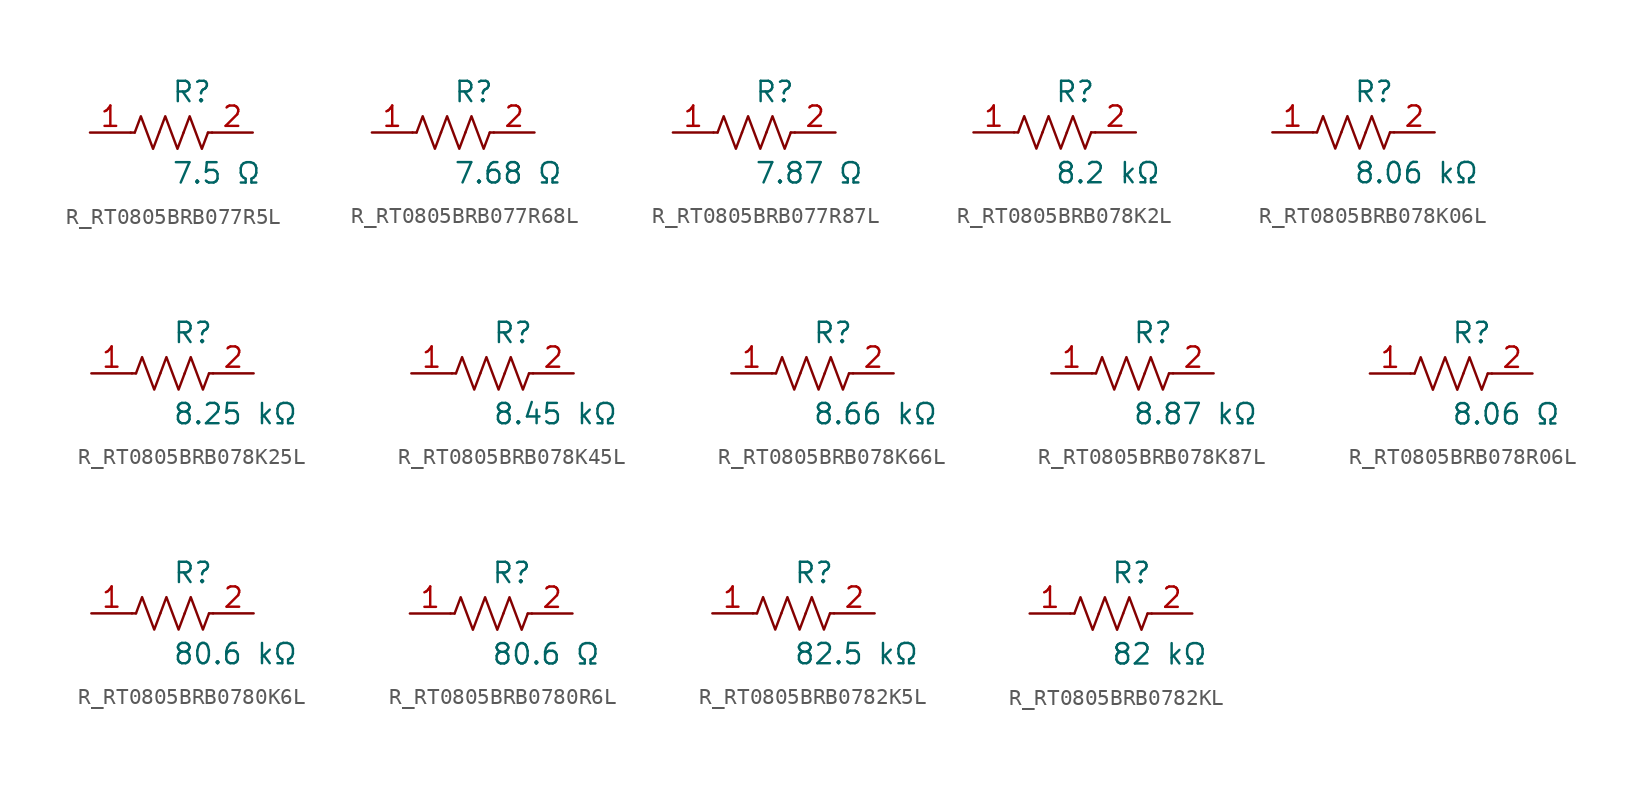
<source format=kicad_sym>
(kicad_symbol_lib
  (version 20231120)
  (generator kicad_symbol_editor)
  (generator_version 8.0)
  (symbol "R_RT0805BRB077R5L"
    (pin_names
      (offset 0.254))
    (property "Reference" "R"
      (at 0 2.54 0)
      (effects (font (size 1.27 1.27)) (justify left)))
    (property "Value" "7.5 Ω"
      (at 0 -2.54 0)
      (effects (font (size 1.27 1.27)) (justify left)))
    (symbol "R_RT0805BRB077R5L_0_1"
      (polyline (pts (xy 2.286 0) (xy 2.54 0)) (stroke (width 0) (type default)) (fill (type none)))
      (polyline (pts (xy -2.286 0) (xy -2.54 0)) (stroke (width 0) (type default)) (fill (type none)))
      (polyline (pts (xy 0.762 0) (xy 1.143 1.016) (xy 1.524 0) (xy 1.905 -1.016) (xy 2.286 0)) (stroke (width 0) (type default)) (fill (type none)))
      (polyline (pts (xy -0.762 0) (xy -0.381 1.016) (xy 0 0) (xy 0.381 -1.016) (xy 0.762 0)) (stroke (width 0) (type default)) (fill (type none)))
      (polyline (pts (xy -2.286 0) (xy -1.905 1.016) (xy -1.524 0) (xy -1.143 -1.016) (xy -0.762 0)) (stroke (width 0) (type default)) (fill (type none))))
    (pin unspecified line
      (at -5.08 0 0)
      (length 2.54)
      (name "" (effects (font (size 1.27 1.27))))
      (number "1" (effects (font (size 1.27 1.27)))))
    (pin unspecified line
      (at 5.08 0 180)
      (length 2.54)
      (name "" (effects (font (size 1.27 1.27))))
      (number "2" (effects (font (size 1.27 1.27))))))
  (symbol "R_RT0805BRB077R68L"
    (pin_names
      (offset 0.254))
    (property "Reference" "R"
      (at 0 2.54 0)
      (effects (font (size 1.27 1.27)) (justify left)))
    (property "Value" "7.68 Ω"
      (at 0 -2.54 0)
      (effects (font (size 1.27 1.27)) (justify left)))
    (symbol "R_RT0805BRB077R68L_0_1"
      (polyline (pts (xy 2.286 0) (xy 2.54 0)) (stroke (width 0) (type default)) (fill (type none)))
      (polyline (pts (xy -2.286 0) (xy -2.54 0)) (stroke (width 0) (type default)) (fill (type none)))
      (polyline (pts (xy 0.762 0) (xy 1.143 1.016) (xy 1.524 0) (xy 1.905 -1.016) (xy 2.286 0)) (stroke (width 0) (type default)) (fill (type none)))
      (polyline (pts (xy -0.762 0) (xy -0.381 1.016) (xy 0 0) (xy 0.381 -1.016) (xy 0.762 0)) (stroke (width 0) (type default)) (fill (type none)))
      (polyline (pts (xy -2.286 0) (xy -1.905 1.016) (xy -1.524 0) (xy -1.143 -1.016) (xy -0.762 0)) (stroke (width 0) (type default)) (fill (type none))))
    (pin unspecified line
      (at -5.08 0 0)
      (length 2.54)
      (name "" (effects (font (size 1.27 1.27))))
      (number "1" (effects (font (size 1.27 1.27)))))
    (pin unspecified line
      (at 5.08 0 180)
      (length 2.54)
      (name "" (effects (font (size 1.27 1.27))))
      (number "2" (effects (font (size 1.27 1.27))))))
  (symbol "R_RT0805BRB077R87L"
    (pin_names
      (offset 0.254))
    (property "Reference" "R"
      (at 0 2.54 0)
      (effects (font (size 1.27 1.27)) (justify left)))
    (property "Value" "7.87 Ω"
      (at 0 -2.54 0)
      (effects (font (size 1.27 1.27)) (justify left)))
    (symbol "R_RT0805BRB077R87L_0_1"
      (polyline (pts (xy 2.286 0) (xy 2.54 0)) (stroke (width 0) (type default)) (fill (type none)))
      (polyline (pts (xy -2.286 0) (xy -2.54 0)) (stroke (width 0) (type default)) (fill (type none)))
      (polyline (pts (xy 0.762 0) (xy 1.143 1.016) (xy 1.524 0) (xy 1.905 -1.016) (xy 2.286 0)) (stroke (width 0) (type default)) (fill (type none)))
      (polyline (pts (xy -0.762 0) (xy -0.381 1.016) (xy 0 0) (xy 0.381 -1.016) (xy 0.762 0)) (stroke (width 0) (type default)) (fill (type none)))
      (polyline (pts (xy -2.286 0) (xy -1.905 1.016) (xy -1.524 0) (xy -1.143 -1.016) (xy -0.762 0)) (stroke (width 0) (type default)) (fill (type none))))
    (pin unspecified line
      (at -5.08 0 0)
      (length 2.54)
      (name "" (effects (font (size 1.27 1.27))))
      (number "1" (effects (font (size 1.27 1.27)))))
    (pin unspecified line
      (at 5.08 0 180)
      (length 2.54)
      (name "" (effects (font (size 1.27 1.27))))
      (number "2" (effects (font (size 1.27 1.27))))))
  (symbol "R_RT0805BRB078K2L"
    (pin_names
      (offset 0.254))
    (property "Reference" "R"
      (at 0 2.54 0)
      (effects (font (size 1.27 1.27)) (justify left)))
    (property "Value" "8.2 kΩ"
      (at 0 -2.54 0)
      (effects (font (size 1.27 1.27)) (justify left)))
    (symbol "R_RT0805BRB078K2L_0_1"
      (polyline (pts (xy 2.286 0) (xy 2.54 0)) (stroke (width 0) (type default)) (fill (type none)))
      (polyline (pts (xy -2.286 0) (xy -2.54 0)) (stroke (width 0) (type default)) (fill (type none)))
      (polyline (pts (xy 0.762 0) (xy 1.143 1.016) (xy 1.524 0) (xy 1.905 -1.016) (xy 2.286 0)) (stroke (width 0) (type default)) (fill (type none)))
      (polyline (pts (xy -0.762 0) (xy -0.381 1.016) (xy 0 0) (xy 0.381 -1.016) (xy 0.762 0)) (stroke (width 0) (type default)) (fill (type none)))
      (polyline (pts (xy -2.286 0) (xy -1.905 1.016) (xy -1.524 0) (xy -1.143 -1.016) (xy -0.762 0)) (stroke (width 0) (type default)) (fill (type none))))
    (pin unspecified line
      (at -5.08 0 0)
      (length 2.54)
      (name "" (effects (font (size 1.27 1.27))))
      (number "1" (effects (font (size 1.27 1.27)))))
    (pin unspecified line
      (at 5.08 0 180)
      (length 2.54)
      (name "" (effects (font (size 1.27 1.27))))
      (number "2" (effects (font (size 1.27 1.27))))))
  (symbol "R_RT0805BRB078K06L"
    (pin_names
      (offset 0.254))
    (property "Reference" "R"
      (at 0 2.54 0)
      (effects (font (size 1.27 1.27)) (justify left)))
    (property "Value" "8.06 kΩ"
      (at 0 -2.54 0)
      (effects (font (size 1.27 1.27)) (justify left)))
    (symbol "R_RT0805BRB078K06L_0_1"
      (polyline (pts (xy 2.286 0) (xy 2.54 0)) (stroke (width 0) (type default)) (fill (type none)))
      (polyline (pts (xy -2.286 0) (xy -2.54 0)) (stroke (width 0) (type default)) (fill (type none)))
      (polyline (pts (xy 0.762 0) (xy 1.143 1.016) (xy 1.524 0) (xy 1.905 -1.016) (xy 2.286 0)) (stroke (width 0) (type default)) (fill (type none)))
      (polyline (pts (xy -0.762 0) (xy -0.381 1.016) (xy 0 0) (xy 0.381 -1.016) (xy 0.762 0)) (stroke (width 0) (type default)) (fill (type none)))
      (polyline (pts (xy -2.286 0) (xy -1.905 1.016) (xy -1.524 0) (xy -1.143 -1.016) (xy -0.762 0)) (stroke (width 0) (type default)) (fill (type none))))
    (pin unspecified line
      (at -5.08 0 0)
      (length 2.54)
      (name "" (effects (font (size 1.27 1.27))))
      (number "1" (effects (font (size 1.27 1.27)))))
    (pin unspecified line
      (at 5.08 0 180)
      (length 2.54)
      (name "" (effects (font (size 1.27 1.27))))
      (number "2" (effects (font (size 1.27 1.27))))))
  (symbol "R_RT0805BRB078K25L"
    (pin_names
      (offset 0.254))
    (property "Reference" "R"
      (at 0 2.54 0)
      (effects (font (size 1.27 1.27)) (justify left)))
    (property "Value" "8.25 kΩ"
      (at 0 -2.54 0)
      (effects (font (size 1.27 1.27)) (justify left)))
    (symbol "R_RT0805BRB078K25L_0_1"
      (polyline (pts (xy 2.286 0) (xy 2.54 0)) (stroke (width 0) (type default)) (fill (type none)))
      (polyline (pts (xy -2.286 0) (xy -2.54 0)) (stroke (width 0) (type default)) (fill (type none)))
      (polyline (pts (xy 0.762 0) (xy 1.143 1.016) (xy 1.524 0) (xy 1.905 -1.016) (xy 2.286 0)) (stroke (width 0) (type default)) (fill (type none)))
      (polyline (pts (xy -0.762 0) (xy -0.381 1.016) (xy 0 0) (xy 0.381 -1.016) (xy 0.762 0)) (stroke (width 0) (type default)) (fill (type none)))
      (polyline (pts (xy -2.286 0) (xy -1.905 1.016) (xy -1.524 0) (xy -1.143 -1.016) (xy -0.762 0)) (stroke (width 0) (type default)) (fill (type none))))
    (pin unspecified line
      (at -5.08 0 0)
      (length 2.54)
      (name "" (effects (font (size 1.27 1.27))))
      (number "1" (effects (font (size 1.27 1.27)))))
    (pin unspecified line
      (at 5.08 0 180)
      (length 2.54)
      (name "" (effects (font (size 1.27 1.27))))
      (number "2" (effects (font (size 1.27 1.27))))))
  (symbol "R_RT0805BRB078K45L"
    (pin_names
      (offset 0.254))
    (property "Reference" "R"
      (at 0 2.54 0)
      (effects (font (size 1.27 1.27)) (justify left)))
    (property "Value" "8.45 kΩ"
      (at 0 -2.54 0)
      (effects (font (size 1.27 1.27)) (justify left)))
    (symbol "R_RT0805BRB078K45L_0_1"
      (polyline (pts (xy 2.286 0) (xy 2.54 0)) (stroke (width 0) (type default)) (fill (type none)))
      (polyline (pts (xy -2.286 0) (xy -2.54 0)) (stroke (width 0) (type default)) (fill (type none)))
      (polyline (pts (xy 0.762 0) (xy 1.143 1.016) (xy 1.524 0) (xy 1.905 -1.016) (xy 2.286 0)) (stroke (width 0) (type default)) (fill (type none)))
      (polyline (pts (xy -0.762 0) (xy -0.381 1.016) (xy 0 0) (xy 0.381 -1.016) (xy 0.762 0)) (stroke (width 0) (type default)) (fill (type none)))
      (polyline (pts (xy -2.286 0) (xy -1.905 1.016) (xy -1.524 0) (xy -1.143 -1.016) (xy -0.762 0)) (stroke (width 0) (type default)) (fill (type none))))
    (pin unspecified line
      (at -5.08 0 0)
      (length 2.54)
      (name "" (effects (font (size 1.27 1.27))))
      (number "1" (effects (font (size 1.27 1.27)))))
    (pin unspecified line
      (at 5.08 0 180)
      (length 2.54)
      (name "" (effects (font (size 1.27 1.27))))
      (number "2" (effects (font (size 1.27 1.27))))))
  (symbol "R_RT0805BRB078K66L"
    (pin_names
      (offset 0.254))
    (property "Reference" "R"
      (at 0 2.54 0)
      (effects (font (size 1.27 1.27)) (justify left)))
    (property "Value" "8.66 kΩ"
      (at 0 -2.54 0)
      (effects (font (size 1.27 1.27)) (justify left)))
    (symbol "R_RT0805BRB078K66L_0_1"
      (polyline (pts (xy 2.286 0) (xy 2.54 0)) (stroke (width 0) (type default)) (fill (type none)))
      (polyline (pts (xy -2.286 0) (xy -2.54 0)) (stroke (width 0) (type default)) (fill (type none)))
      (polyline (pts (xy 0.762 0) (xy 1.143 1.016) (xy 1.524 0) (xy 1.905 -1.016) (xy 2.286 0)) (stroke (width 0) (type default)) (fill (type none)))
      (polyline (pts (xy -0.762 0) (xy -0.381 1.016) (xy 0 0) (xy 0.381 -1.016) (xy 0.762 0)) (stroke (width 0) (type default)) (fill (type none)))
      (polyline (pts (xy -2.286 0) (xy -1.905 1.016) (xy -1.524 0) (xy -1.143 -1.016) (xy -0.762 0)) (stroke (width 0) (type default)) (fill (type none))))
    (pin unspecified line
      (at -5.08 0 0)
      (length 2.54)
      (name "" (effects (font (size 1.27 1.27))))
      (number "1" (effects (font (size 1.27 1.27)))))
    (pin unspecified line
      (at 5.08 0 180)
      (length 2.54)
      (name "" (effects (font (size 1.27 1.27))))
      (number "2" (effects (font (size 1.27 1.27))))))
  (symbol "R_RT0805BRB078K87L"
    (pin_names
      (offset 0.254))
    (property "Reference" "R"
      (at 0 2.54 0)
      (effects (font (size 1.27 1.27)) (justify left)))
    (property "Value" "8.87 kΩ"
      (at 0 -2.54 0)
      (effects (font (size 1.27 1.27)) (justify left)))
    (symbol "R_RT0805BRB078K87L_0_1"
      (polyline (pts (xy 2.286 0) (xy 2.54 0)) (stroke (width 0) (type default)) (fill (type none)))
      (polyline (pts (xy -2.286 0) (xy -2.54 0)) (stroke (width 0) (type default)) (fill (type none)))
      (polyline (pts (xy 0.762 0) (xy 1.143 1.016) (xy 1.524 0) (xy 1.905 -1.016) (xy 2.286 0)) (stroke (width 0) (type default)) (fill (type none)))
      (polyline (pts (xy -0.762 0) (xy -0.381 1.016) (xy 0 0) (xy 0.381 -1.016) (xy 0.762 0)) (stroke (width 0) (type default)) (fill (type none)))
      (polyline (pts (xy -2.286 0) (xy -1.905 1.016) (xy -1.524 0) (xy -1.143 -1.016) (xy -0.762 0)) (stroke (width 0) (type default)) (fill (type none))))
    (pin unspecified line
      (at -5.08 0 0)
      (length 2.54)
      (name "" (effects (font (size 1.27 1.27))))
      (number "1" (effects (font (size 1.27 1.27)))))
    (pin unspecified line
      (at 5.08 0 180)
      (length 2.54)
      (name "" (effects (font (size 1.27 1.27))))
      (number "2" (effects (font (size 1.27 1.27))))))
  (symbol "R_RT0805BRB078R06L"
    (pin_names
      (offset 0.254))
    (property "Reference" "R"
      (at 0 2.54 0)
      (effects (font (size 1.27 1.27)) (justify left)))
    (property "Value" "8.06 Ω"
      (at 0 -2.54 0)
      (effects (font (size 1.27 1.27)) (justify left)))
    (symbol "R_RT0805BRB078R06L_0_1"
      (polyline (pts (xy 2.286 0) (xy 2.54 0)) (stroke (width 0) (type default)) (fill (type none)))
      (polyline (pts (xy -2.286 0) (xy -2.54 0)) (stroke (width 0) (type default)) (fill (type none)))
      (polyline (pts (xy 0.762 0) (xy 1.143 1.016) (xy 1.524 0) (xy 1.905 -1.016) (xy 2.286 0)) (stroke (width 0) (type default)) (fill (type none)))
      (polyline (pts (xy -0.762 0) (xy -0.381 1.016) (xy 0 0) (xy 0.381 -1.016) (xy 0.762 0)) (stroke (width 0) (type default)) (fill (type none)))
      (polyline (pts (xy -2.286 0) (xy -1.905 1.016) (xy -1.524 0) (xy -1.143 -1.016) (xy -0.762 0)) (stroke (width 0) (type default)) (fill (type none))))
    (pin unspecified line
      (at -5.08 0 0)
      (length 2.54)
      (name "" (effects (font (size 1.27 1.27))))
      (number "1" (effects (font (size 1.27 1.27)))))
    (pin unspecified line
      (at 5.08 0 180)
      (length 2.54)
      (name "" (effects (font (size 1.27 1.27))))
      (number "2" (effects (font (size 1.27 1.27))))))
  (symbol "R_RT0805BRB0780K6L"
    (pin_names
      (offset 0.254))
    (property "Reference" "R"
      (at 0 2.54 0)
      (effects (font (size 1.27 1.27)) (justify left)))
    (property "Value" "80.6 kΩ"
      (at 0 -2.54 0)
      (effects (font (size 1.27 1.27)) (justify left)))
    (symbol "R_RT0805BRB0780K6L_0_1"
      (polyline (pts (xy 2.286 0) (xy 2.54 0)) (stroke (width 0) (type default)) (fill (type none)))
      (polyline (pts (xy -2.286 0) (xy -2.54 0)) (stroke (width 0) (type default)) (fill (type none)))
      (polyline (pts (xy 0.762 0) (xy 1.143 1.016) (xy 1.524 0) (xy 1.905 -1.016) (xy 2.286 0)) (stroke (width 0) (type default)) (fill (type none)))
      (polyline (pts (xy -0.762 0) (xy -0.381 1.016) (xy 0 0) (xy 0.381 -1.016) (xy 0.762 0)) (stroke (width 0) (type default)) (fill (type none)))
      (polyline (pts (xy -2.286 0) (xy -1.905 1.016) (xy -1.524 0) (xy -1.143 -1.016) (xy -0.762 0)) (stroke (width 0) (type default)) (fill (type none))))
    (pin unspecified line
      (at -5.08 0 0)
      (length 2.54)
      (name "" (effects (font (size 1.27 1.27))))
      (number "1" (effects (font (size 1.27 1.27)))))
    (pin unspecified line
      (at 5.08 0 180)
      (length 2.54)
      (name "" (effects (font (size 1.27 1.27))))
      (number "2" (effects (font (size 1.27 1.27))))))
  (symbol "R_RT0805BRB0780R6L"
    (pin_names
      (offset 0.254))
    (property "Reference" "R"
      (at 0 2.54 0)
      (effects (font (size 1.27 1.27)) (justify left)))
    (property "Value" "80.6 Ω"
      (at 0 -2.54 0)
      (effects (font (size 1.27 1.27)) (justify left)))
    (symbol "R_RT0805BRB0780R6L_0_1"
      (polyline (pts (xy 2.286 0) (xy 2.54 0)) (stroke (width 0) (type default)) (fill (type none)))
      (polyline (pts (xy -2.286 0) (xy -2.54 0)) (stroke (width 0) (type default)) (fill (type none)))
      (polyline (pts (xy 0.762 0) (xy 1.143 1.016) (xy 1.524 0) (xy 1.905 -1.016) (xy 2.286 0)) (stroke (width 0) (type default)) (fill (type none)))
      (polyline (pts (xy -0.762 0) (xy -0.381 1.016) (xy 0 0) (xy 0.381 -1.016) (xy 0.762 0)) (stroke (width 0) (type default)) (fill (type none)))
      (polyline (pts (xy -2.286 0) (xy -1.905 1.016) (xy -1.524 0) (xy -1.143 -1.016) (xy -0.762 0)) (stroke (width 0) (type default)) (fill (type none))))
    (pin unspecified line
      (at -5.08 0 0)
      (length 2.54)
      (name "" (effects (font (size 1.27 1.27))))
      (number "1" (effects (font (size 1.27 1.27)))))
    (pin unspecified line
      (at 5.08 0 180)
      (length 2.54)
      (name "" (effects (font (size 1.27 1.27))))
      (number "2" (effects (font (size 1.27 1.27))))))
  (symbol "R_RT0805BRB0782K5L"
    (pin_names
      (offset 0.254))
    (property "Reference" "R"
      (at 0 2.54 0)
      (effects (font (size 1.27 1.27)) (justify left)))
    (property "Value" "82.5 kΩ"
      (at 0 -2.54 0)
      (effects (font (size 1.27 1.27)) (justify left)))
    (symbol "R_RT0805BRB0782K5L_0_1"
      (polyline (pts (xy 2.286 0) (xy 2.54 0)) (stroke (width 0) (type default)) (fill (type none)))
      (polyline (pts (xy -2.286 0) (xy -2.54 0)) (stroke (width 0) (type default)) (fill (type none)))
      (polyline (pts (xy 0.762 0) (xy 1.143 1.016) (xy 1.524 0) (xy 1.905 -1.016) (xy 2.286 0)) (stroke (width 0) (type default)) (fill (type none)))
      (polyline (pts (xy -0.762 0) (xy -0.381 1.016) (xy 0 0) (xy 0.381 -1.016) (xy 0.762 0)) (stroke (width 0) (type default)) (fill (type none)))
      (polyline (pts (xy -2.286 0) (xy -1.905 1.016) (xy -1.524 0) (xy -1.143 -1.016) (xy -0.762 0)) (stroke (width 0) (type default)) (fill (type none))))
    (pin unspecified line
      (at -5.08 0 0)
      (length 2.54)
      (name "" (effects (font (size 1.27 1.27))))
      (number "1" (effects (font (size 1.27 1.27)))))
    (pin unspecified line
      (at 5.08 0 180)
      (length 2.54)
      (name "" (effects (font (size 1.27 1.27))))
      (number "2" (effects (font (size 1.27 1.27))))))
  (symbol "R_RT0805BRB0782KL"
    (pin_names
      (offset 0.254))
    (property "Reference" "R"
      (at 0 2.54 0)
      (effects (font (size 1.27 1.27)) (justify left)))
    (property "Value" "82 kΩ"
      (at 0 -2.54 0)
      (effects (font (size 1.27 1.27)) (justify left)))
    (symbol "R_RT0805BRB0782KL_0_1"
      (polyline (pts (xy 2.286 0) (xy 2.54 0)) (stroke (width 0) (type default)) (fill (type none)))
      (polyline (pts (xy -2.286 0) (xy -2.54 0)) (stroke (width 0) (type default)) (fill (type none)))
      (polyline (pts (xy 0.762 0) (xy 1.143 1.016) (xy 1.524 0) (xy 1.905 -1.016) (xy 2.286 0)) (stroke (width 0) (type default)) (fill (type none)))
      (polyline (pts (xy -0.762 0) (xy -0.381 1.016) (xy 0 0) (xy 0.381 -1.016) (xy 0.762 0)) (stroke (width 0) (type default)) (fill (type none)))
      (polyline (pts (xy -2.286 0) (xy -1.905 1.016) (xy -1.524 0) (xy -1.143 -1.016) (xy -0.762 0)) (stroke (width 0) (type default)) (fill (type none))))
    (pin unspecified line
      (at -5.08 0 0)
      (length 2.54)
      (name "" (effects (font (size 1.27 1.27))))
      (number "1" (effects (font (size 1.27 1.27)))))
    (pin unspecified line
      (at 5.08 0 180)
      (length 2.54)
      (name "" (effects (font (size 1.27 1.27))))
      (number "2" (effects (font (size 1.27 1.27)))))))
</source>
